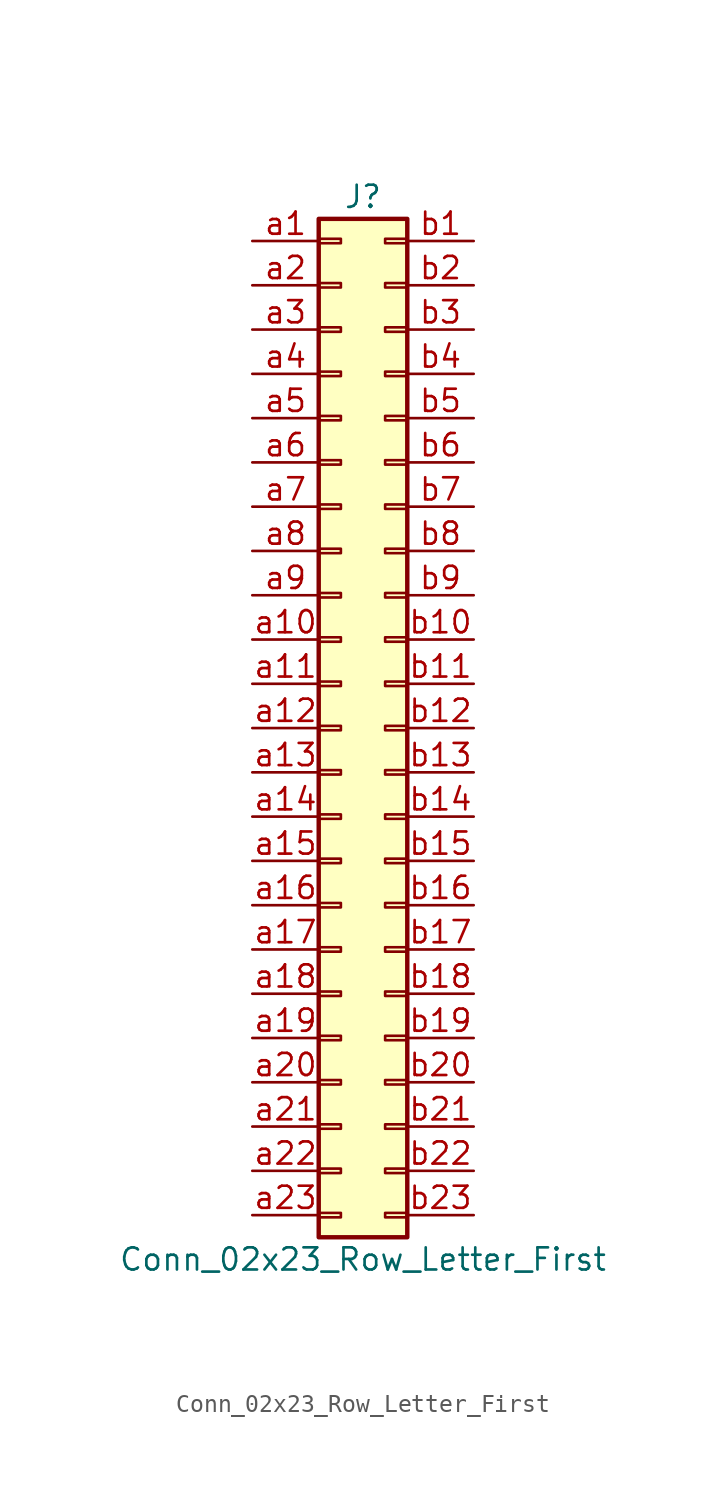
<source format=kicad_sym>
(kicad_symbol_lib
  (version 20201005)
  (generator kicad_symbol_editor)
  (symbol "Conn_02x23_Row_Letter_First"
    (pin_names
      (offset 1.016) hide)
    (property "Reference" "J"
      (at 1.27 30.48 0)
      (effects (font (size 1.27 1.27))))
    (property "Value" "Conn_02x23_Row_Letter_First"
      (at 1.27 -30.48 0)
      (effects (font (size 1.27 1.27))))
    (symbol "Conn_02x23_Row_Letter_First_1_1"
      (rectangle (start -1.27 -27.813) (end 0 -28.067) (stroke (width 0.152)) (fill (type none)))
      (rectangle (start -1.27 -25.273) (end 0 -25.527) (stroke (width 0.152)) (fill (type none)))
      (rectangle (start -1.27 -22.733) (end 0 -22.987) (stroke (width 0.152)) (fill (type none)))
      (rectangle (start -1.27 -20.193) (end 0 -20.447) (stroke (width 0.152)) (fill (type none)))
      (rectangle (start -1.27 -17.653) (end 0 -17.907) (stroke (width 0.152)) (fill (type none)))
      (rectangle (start -1.27 -15.113) (end 0 -15.367) (stroke (width 0.152)) (fill (type none)))
      (rectangle (start -1.27 -12.573) (end 0 -12.827) (stroke (width 0.152)) (fill (type none)))
      (rectangle (start -1.27 -10.033) (end 0 -10.287) (stroke (width 0.152)) (fill (type none)))
      (rectangle (start -1.27 -7.493) (end 0 -7.747) (stroke (width 0.152)) (fill (type none)))
      (rectangle (start -1.27 -4.953) (end 0 -5.207) (stroke (width 0.152)) (fill (type none)))
      (rectangle (start -1.27 -2.413) (end 0 -2.667) (stroke (width 0.152)) (fill (type none)))
      (rectangle (start -1.27 0.127) (end 0 -0.127) (stroke (width 0.152)) (fill (type none)))
      (rectangle (start -1.27 2.667) (end 0 2.413) (stroke (width 0.152)) (fill (type none)))
      (rectangle (start -1.27 5.207) (end 0 4.953) (stroke (width 0.152)) (fill (type none)))
      (rectangle (start -1.27 7.747) (end 0 7.493) (stroke (width 0.152)) (fill (type none)))
      (rectangle (start -1.27 10.287) (end 0 10.033) (stroke (width 0.152)) (fill (type none)))
      (rectangle (start -1.27 12.827) (end 0 12.573) (stroke (width 0.152)) (fill (type none)))
      (rectangle (start -1.27 15.367) (end 0 15.113) (stroke (width 0.152)) (fill (type none)))
      (rectangle (start -1.27 17.907) (end 0 17.653) (stroke (width 0.152)) (fill (type none)))
      (rectangle (start -1.27 20.447) (end 0 20.193) (stroke (width 0.152)) (fill (type none)))
      (rectangle (start -1.27 22.987) (end 0 22.733) (stroke (width 0.152)) (fill (type none)))
      (rectangle (start -1.27 25.527) (end 0 25.273) (stroke (width 0.152)) (fill (type none)))
      (rectangle (start -1.27 28.067) (end 0 27.813) (stroke (width 0.152)) (fill (type none)))
      (rectangle (start -1.27 29.21) (end 3.81 -29.21) (stroke (width 0.254)) (fill (type background)))
      (rectangle (start 3.81 -27.813) (end 2.54 -28.067) (stroke (width 0.152)) (fill (type none)))
      (rectangle (start 3.81 -25.273) (end 2.54 -25.527) (stroke (width 0.152)) (fill (type none)))
      (rectangle (start 3.81 -22.733) (end 2.54 -22.987) (stroke (width 0.152)) (fill (type none)))
      (rectangle (start 3.81 -20.193) (end 2.54 -20.447) (stroke (width 0.152)) (fill (type none)))
      (rectangle (start 3.81 -17.653) (end 2.54 -17.907) (stroke (width 0.152)) (fill (type none)))
      (rectangle (start 3.81 -15.113) (end 2.54 -15.367) (stroke (width 0.152)) (fill (type none)))
      (rectangle (start 3.81 -12.573) (end 2.54 -12.827) (stroke (width 0.152)) (fill (type none)))
      (rectangle (start 3.81 -10.033) (end 2.54 -10.287) (stroke (width 0.152)) (fill (type none)))
      (rectangle (start 3.81 -7.493) (end 2.54 -7.747) (stroke (width 0.152)) (fill (type none)))
      (rectangle (start 3.81 -4.953) (end 2.54 -5.207) (stroke (width 0.152)) (fill (type none)))
      (rectangle (start 3.81 -2.413) (end 2.54 -2.667) (stroke (width 0.152)) (fill (type none)))
      (rectangle (start 3.81 0.127) (end 2.54 -0.127) (stroke (width 0.152)) (fill (type none)))
      (rectangle (start 3.81 2.667) (end 2.54 2.413) (stroke (width 0.152)) (fill (type none)))
      (rectangle (start 3.81 5.207) (end 2.54 4.953) (stroke (width 0.152)) (fill (type none)))
      (rectangle (start 3.81 7.747) (end 2.54 7.493) (stroke (width 0.152)) (fill (type none)))
      (rectangle (start 3.81 10.287) (end 2.54 10.033) (stroke (width 0.152)) (fill (type none)))
      (rectangle (start 3.81 12.827) (end 2.54 12.573) (stroke (width 0.152)) (fill (type none)))
      (rectangle (start 3.81 15.367) (end 2.54 15.113) (stroke (width 0.152)) (fill (type none)))
      (rectangle (start 3.81 17.907) (end 2.54 17.653) (stroke (width 0.152)) (fill (type none)))
      (rectangle (start 3.81 20.447) (end 2.54 20.193) (stroke (width 0.152)) (fill (type none)))
      (rectangle (start 3.81 22.987) (end 2.54 22.733) (stroke (width 0.152)) (fill (type none)))
      (rectangle (start 3.81 25.527) (end 2.54 25.273) (stroke (width 0.152)) (fill (type none)))
      (rectangle (start 3.81 28.067) (end 2.54 27.813) (stroke (width 0.152)) (fill (type none)))
      (pin passive line (at -5.08 27.94 0) (length 3.81) (name "Pin_a1" (effects (font (size 1.27 1.27)))) (number "a1" (effects (font (size 1.27 1.27)))))
      (pin passive line (at -5.08 5.08 0) (length 3.81) (name "Pin_a10" (effects (font (size 1.27 1.27)))) (number "a10" (effects (font (size 1.27 1.27)))))
      (pin passive line (at -5.08 2.54 0) (length 3.81) (name "Pin_a11" (effects (font (size 1.27 1.27)))) (number "a11" (effects (font (size 1.27 1.27)))))
      (pin passive line (at -5.08 0 0) (length 3.81) (name "Pin_a12" (effects (font (size 1.27 1.27)))) (number "a12" (effects (font (size 1.27 1.27)))))
      (pin passive line (at -5.08 -2.54 0) (length 3.81) (name "Pin_a13" (effects (font (size 1.27 1.27)))) (number "a13" (effects (font (size 1.27 1.27)))))
      (pin passive line (at -5.08 -5.08 0) (length 3.81) (name "Pin_a14" (effects (font (size 1.27 1.27)))) (number "a14" (effects (font (size 1.27 1.27)))))
      (pin passive line (at -5.08 -7.62 0) (length 3.81) (name "Pin_a15" (effects (font (size 1.27 1.27)))) (number "a15" (effects (font (size 1.27 1.27)))))
      (pin passive line (at -5.08 -10.16 0) (length 3.81) (name "Pin_a16" (effects (font (size 1.27 1.27)))) (number "a16" (effects (font (size 1.27 1.27)))))
      (pin passive line (at -5.08 -12.7 0) (length 3.81) (name "Pin_a17" (effects (font (size 1.27 1.27)))) (number "a17" (effects (font (size 1.27 1.27)))))
      (pin passive line (at -5.08 -15.24 0) (length 3.81) (name "Pin_a18" (effects (font (size 1.27 1.27)))) (number "a18" (effects (font (size 1.27 1.27)))))
      (pin passive line (at -5.08 -17.78 0) (length 3.81) (name "Pin_a19" (effects (font (size 1.27 1.27)))) (number "a19" (effects (font (size 1.27 1.27)))))
      (pin passive line (at -5.08 25.4 0) (length 3.81) (name "Pin_a2" (effects (font (size 1.27 1.27)))) (number "a2" (effects (font (size 1.27 1.27)))))
      (pin passive line (at -5.08 -20.32 0) (length 3.81) (name "Pin_a20" (effects (font (size 1.27 1.27)))) (number "a20" (effects (font (size 1.27 1.27)))))
      (pin passive line (at -5.08 -22.86 0) (length 3.81) (name "Pin_a21" (effects (font (size 1.27 1.27)))) (number "a21" (effects (font (size 1.27 1.27)))))
      (pin passive line (at -5.08 -25.4 0) (length 3.81) (name "Pin_a22" (effects (font (size 1.27 1.27)))) (number "a22" (effects (font (size 1.27 1.27)))))
      (pin passive line (at -5.08 -27.94 0) (length 3.81) (name "Pin_a23" (effects (font (size 1.27 1.27)))) (number "a23" (effects (font (size 1.27 1.27)))))
      (pin passive line (at -5.08 22.86 0) (length 3.81) (name "Pin_a3" (effects (font (size 1.27 1.27)))) (number "a3" (effects (font (size 1.27 1.27)))))
      (pin passive line (at -5.08 20.32 0) (length 3.81) (name "Pin_a4" (effects (font (size 1.27 1.27)))) (number "a4" (effects (font (size 1.27 1.27)))))
      (pin passive line (at -5.08 17.78 0) (length 3.81) (name "Pin_a5" (effects (font (size 1.27 1.27)))) (number "a5" (effects (font (size 1.27 1.27)))))
      (pin passive line (at -5.08 15.24 0) (length 3.81) (name "Pin_a6" (effects (font (size 1.27 1.27)))) (number "a6" (effects (font (size 1.27 1.27)))))
      (pin passive line (at -5.08 12.7 0) (length 3.81) (name "Pin_a7" (effects (font (size 1.27 1.27)))) (number "a7" (effects (font (size 1.27 1.27)))))
      (pin passive line (at -5.08 10.16 0) (length 3.81) (name "Pin_a8" (effects (font (size 1.27 1.27)))) (number "a8" (effects (font (size 1.27 1.27)))))
      (pin passive line (at -5.08 7.62 0) (length 3.81) (name "Pin_a9" (effects (font (size 1.27 1.27)))) (number "a9" (effects (font (size 1.27 1.27)))))
      (pin passive line (at 7.62 27.94 180) (length 3.81) (name "Pin_b1" (effects (font (size 1.27 1.27)))) (number "b1" (effects (font (size 1.27 1.27)))))
      (pin passive line (at 7.62 5.08 180) (length 3.81) (name "Pin_b10" (effects (font (size 1.27 1.27)))) (number "b10" (effects (font (size 1.27 1.27)))))
      (pin passive line (at 7.62 2.54 180) (length 3.81) (name "Pin_b11" (effects (font (size 1.27 1.27)))) (number "b11" (effects (font (size 1.27 1.27)))))
      (pin passive line (at 7.62 0 180) (length 3.81) (name "Pin_b12" (effects (font (size 1.27 1.27)))) (number "b12" (effects (font (size 1.27 1.27)))))
      (pin passive line (at 7.62 -2.54 180) (length 3.81) (name "Pin_b13" (effects (font (size 1.27 1.27)))) (number "b13" (effects (font (size 1.27 1.27)))))
      (pin passive line (at 7.62 -5.08 180) (length 3.81) (name "Pin_b14" (effects (font (size 1.27 1.27)))) (number "b14" (effects (font (size 1.27 1.27)))))
      (pin passive line (at 7.62 -7.62 180) (length 3.81) (name "Pin_b15" (effects (font (size 1.27 1.27)))) (number "b15" (effects (font (size 1.27 1.27)))))
      (pin passive line (at 7.62 -10.16 180) (length 3.81) (name "Pin_b16" (effects (font (size 1.27 1.27)))) (number "b16" (effects (font (size 1.27 1.27)))))
      (pin passive line (at 7.62 -12.7 180) (length 3.81) (name "Pin_b17" (effects (font (size 1.27 1.27)))) (number "b17" (effects (font (size 1.27 1.27)))))
      (pin passive line (at 7.62 -15.24 180) (length 3.81) (name "Pin_b18" (effects (font (size 1.27 1.27)))) (number "b18" (effects (font (size 1.27 1.27)))))
      (pin passive line (at 7.62 -17.78 180) (length 3.81) (name "Pin_b19" (effects (font (size 1.27 1.27)))) (number "b19" (effects (font (size 1.27 1.27)))))
      (pin passive line (at 7.62 25.4 180) (length 3.81) (name "Pin_b2" (effects (font (size 1.27 1.27)))) (number "b2" (effects (font (size 1.27 1.27)))))
      (pin passive line (at 7.62 -20.32 180) (length 3.81) (name "Pin_b20" (effects (font (size 1.27 1.27)))) (number "b20" (effects (font (size 1.27 1.27)))))
      (pin passive line (at 7.62 -22.86 180) (length 3.81) (name "Pin_b21" (effects (font (size 1.27 1.27)))) (number "b21" (effects (font (size 1.27 1.27)))))
      (pin passive line (at 7.62 -25.4 180) (length 3.81) (name "Pin_b22" (effects (font (size 1.27 1.27)))) (number "b22" (effects (font (size 1.27 1.27)))))
      (pin passive line (at 7.62 -27.94 180) (length 3.81) (name "Pin_b23" (effects (font (size 1.27 1.27)))) (number "b23" (effects (font (size 1.27 1.27)))))
      (pin passive line (at 7.62 22.86 180) (length 3.81) (name "Pin_b3" (effects (font (size 1.27 1.27)))) (number "b3" (effects (font (size 1.27 1.27)))))
      (pin passive line (at 7.62 20.32 180) (length 3.81) (name "Pin_b4" (effects (font (size 1.27 1.27)))) (number "b4" (effects (font (size 1.27 1.27)))))
      (pin passive line (at 7.62 17.78 180) (length 3.81) (name "Pin_b5" (effects (font (size 1.27 1.27)))) (number "b5" (effects (font (size 1.27 1.27)))))
      (pin passive line (at 7.62 15.24 180) (length 3.81) (name "Pin_b6" (effects (font (size 1.27 1.27)))) (number "b6" (effects (font (size 1.27 1.27)))))
      (pin passive line (at 7.62 12.7 180) (length 3.81) (name "Pin_b7" (effects (font (size 1.27 1.27)))) (number "b7" (effects (font (size 1.27 1.27)))))
      (pin passive line (at 7.62 10.16 180) (length 3.81) (name "Pin_b8" (effects (font (size 1.27 1.27)))) (number "b8" (effects (font (size 1.27 1.27)))))
      (pin passive line (at 7.62 7.62 180) (length 3.81) (name "Pin_b9" (effects (font (size 1.27 1.27)))) (number "b9" (effects (font (size 1.27 1.27))))))))
</source>
